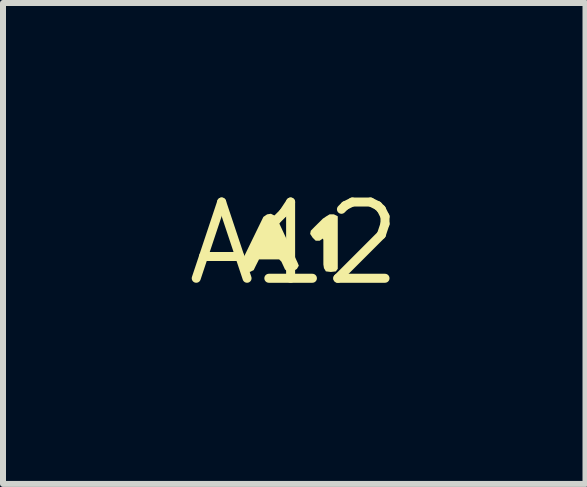
<source format=kicad_pcb>
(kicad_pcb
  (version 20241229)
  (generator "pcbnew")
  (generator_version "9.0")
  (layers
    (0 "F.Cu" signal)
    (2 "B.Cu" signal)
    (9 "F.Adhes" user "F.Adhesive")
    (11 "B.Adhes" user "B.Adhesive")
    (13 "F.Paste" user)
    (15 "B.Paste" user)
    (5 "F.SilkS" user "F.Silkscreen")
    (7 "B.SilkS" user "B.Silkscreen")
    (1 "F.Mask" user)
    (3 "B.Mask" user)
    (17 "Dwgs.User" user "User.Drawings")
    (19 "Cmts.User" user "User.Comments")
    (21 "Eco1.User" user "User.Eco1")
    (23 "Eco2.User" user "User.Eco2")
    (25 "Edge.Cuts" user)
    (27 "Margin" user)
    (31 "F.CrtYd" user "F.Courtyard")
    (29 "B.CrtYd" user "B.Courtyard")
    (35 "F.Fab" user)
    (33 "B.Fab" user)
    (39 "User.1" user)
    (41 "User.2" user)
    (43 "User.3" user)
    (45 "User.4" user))
  (footprint "A12"
    (layer "F.Cu")
    (at 1.852 1.006)
    (property "Reference" "A12" (at 0 0 0) (layer "F.SilkS") (effects (font (size 1.27 1.27) (thickness 0.15))))
    (fp_poly (pts (xy 0.725 -0.453) (xy 0.725 0.422) (xy 0.693 0.465) (xy 0.61 0.475) (xy 0.527 0.465) (xy 0.495 0.412) (xy 0.485 0.35) (xy 0.485 -0.059) (xy 0.477 -0.082) (xy 0.422 -0.045) (xy 0.358 -0.045) (xy 0.306 -0.097) (xy 0.265 -0.159) (xy 0.275 -0.212) (xy 0.336 -0.274) (xy 0.477 -0.414) (xy 0.537 -0.454) (xy 0.589 -0.485) (xy 0.661 -0.485)) (stroke (width 0) (type solid)) (fill yes) (layer "F.SilkS"))
    (fp_poly (pts (xy -0.327 -0.464) (xy -0.296 -0.433) (xy 0.055 0.318) (xy 0.076 0.37) (xy 0.044 0.424) (xy -0.039 0.475) (xy -0.102 0.475) (xy -0.154 0.433) (xy -0.214 0.303) (xy -0.252 0.265) (xy -0.587 0.265) (xy -0.646 0.382) (xy -0.676 0.444) (xy -0.739 0.475) (xy -0.802 0.465) (xy -0.874 0.413) (xy -0.895 0.36) (xy -0.875 0.298) (xy -0.544 -0.382) (xy -0.514 -0.443) (xy -0.452 -0.485) (xy -0.389 -0.495)) (stroke (width 0) (type solid)) (fill yes) (layer "F.SilkS")))
  (gr_rect
    (start -3 -3)
    (end 6.704 5.012)
    (stroke (width 0.1) (type default))
    (fill no)
    (layer "Edge.Cuts")))
</source>
